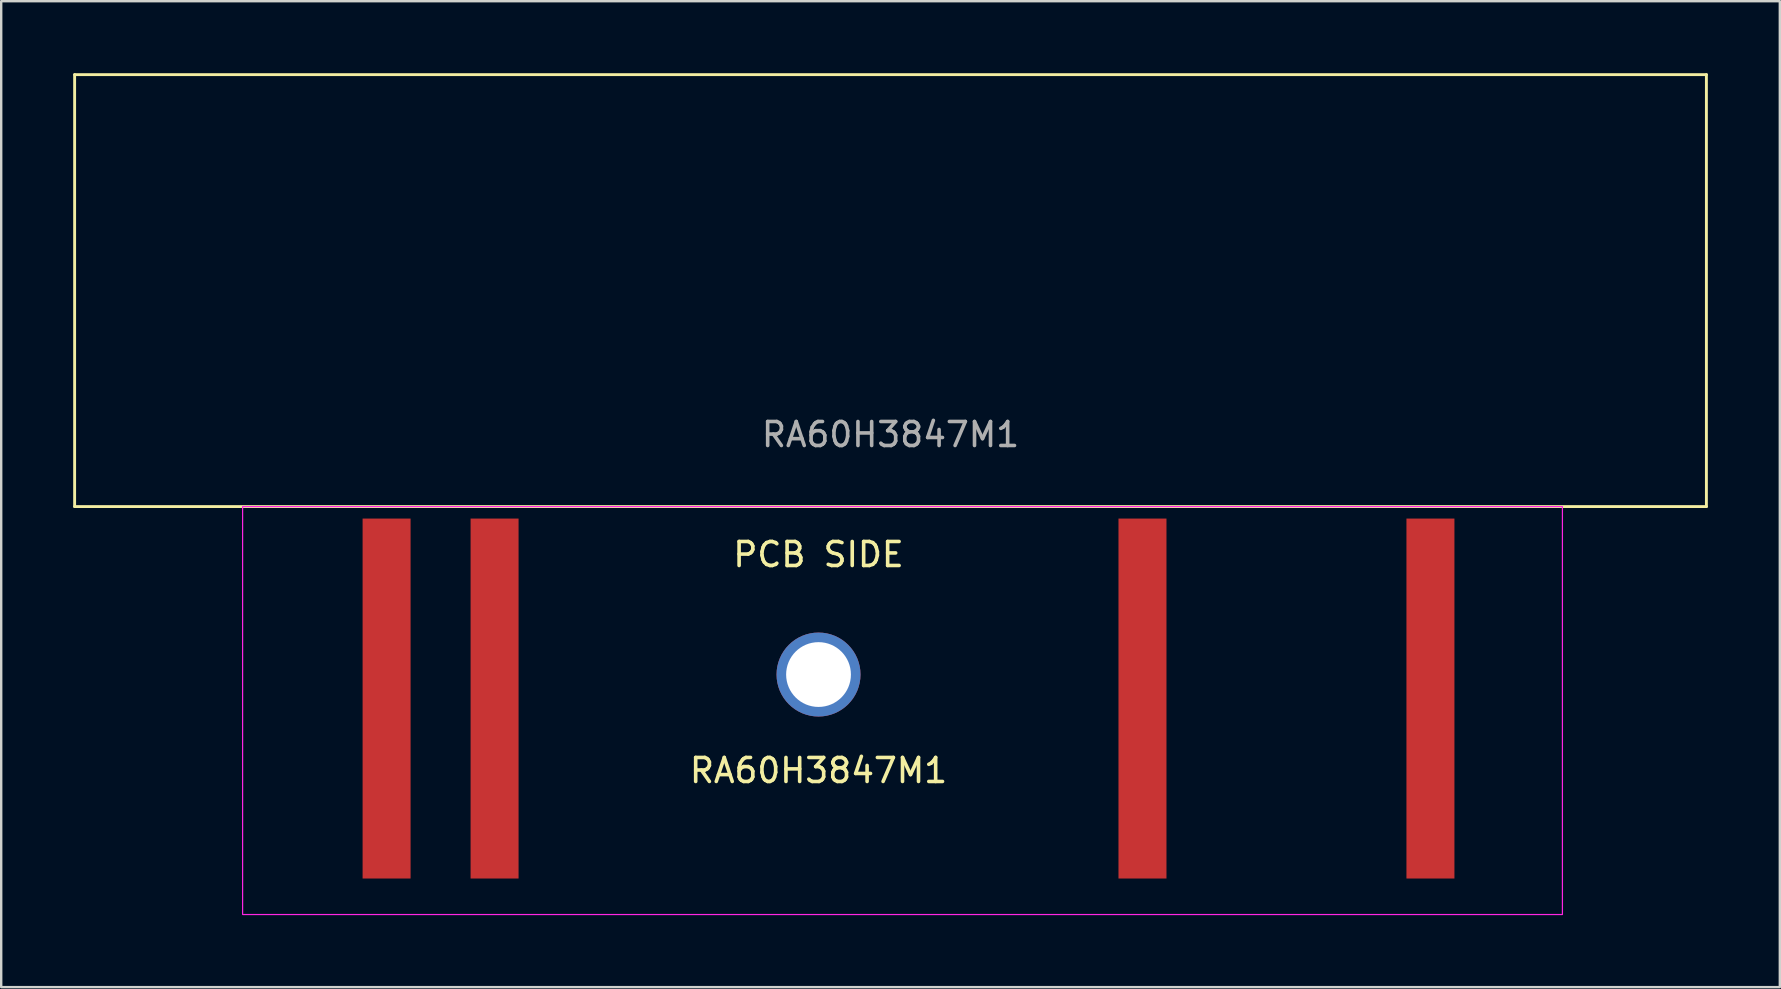
<source format=kicad_pcb>
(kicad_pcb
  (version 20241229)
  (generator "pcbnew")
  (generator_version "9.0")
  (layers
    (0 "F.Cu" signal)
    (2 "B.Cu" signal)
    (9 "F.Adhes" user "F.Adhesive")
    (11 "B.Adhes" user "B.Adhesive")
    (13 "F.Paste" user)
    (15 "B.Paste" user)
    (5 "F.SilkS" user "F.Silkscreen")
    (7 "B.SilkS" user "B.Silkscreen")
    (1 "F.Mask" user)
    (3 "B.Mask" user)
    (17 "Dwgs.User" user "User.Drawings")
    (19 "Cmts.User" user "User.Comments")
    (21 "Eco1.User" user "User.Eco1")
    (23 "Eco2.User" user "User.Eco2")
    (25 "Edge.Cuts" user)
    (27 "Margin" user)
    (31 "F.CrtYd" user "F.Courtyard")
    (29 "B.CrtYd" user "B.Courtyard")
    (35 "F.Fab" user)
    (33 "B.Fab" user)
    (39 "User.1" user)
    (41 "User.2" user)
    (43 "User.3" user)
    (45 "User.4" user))
  (footprint "RA60H3847M1"
    (layer "F.Cu")
    (at 34.06 18.06)
    (property "Reference" "RA60H3847M1" (at -3 11 0) (unlocked yes) (layer "F.SilkS") (effects (font (size 1 1) (thickness 0.15))))
    (attr smd)
    (fp_line (start -34 -18) (end -34 0) (stroke (width 0.12) (type solid)) (layer "F.SilkS"))
    (fp_line (start -34 0) (end 34 0) (stroke (width 0.12) (type solid)) (layer "F.SilkS"))
    (fp_line (start 34 -18) (end -34 -18) (stroke (width 0.12) (type solid)) (layer "F.SilkS"))
    (fp_line (start 34 0) (end 34 -18) (stroke (width 0.12) (type solid)) (layer "F.SilkS"))
    (fp_rect (start -27 0) (end 28 17) (stroke (width 0.05) (type solid)) (fill no) (layer "F.CrtYd"))
    (fp_text user "PCB SIDE" (at -3 2 0) (unlocked yes) (layer "F.SilkS") (effects (font (size 1 1) (thickness 0.15))))
    (fp_text user "${REFERENCE}" (at 0 -3 0) (unlocked yes) (layer "F.Fab") (effects (font (size 1 1) (thickness 0.15))))
    (pad "1" smd rect (at -21 8) (size 2 15) (layers "F.Cu" "F.Mask" "F.Paste"))
    (pad "2" smd rect (at -16.5 8) (size 2 15) (layers "F.Cu" "F.Mask" "F.Paste"))
    (pad "3" smd rect (at 10.5 8) (size 2 15) (layers "F.Cu" "F.Mask" "F.Paste"))
    (pad "4" smd rect (at 22.5 8) (size 2 15) (layers "F.Cu" "F.Mask" "F.Paste"))
    (pad "5" thru_hole circle (at -3 7) (size 3.5 3.5) (drill 2.7) (layers "*.Cu" "*.Mask") (remove_unused_layers yes) (keep_end_layers yes) (zone_layer_connections)))
  (gr_rect
    (start -3 -3)
    (end 71.12 38.085)
    (stroke (width 0.1) (type default))
    (fill no)
    (layer "Edge.Cuts")))
</source>
